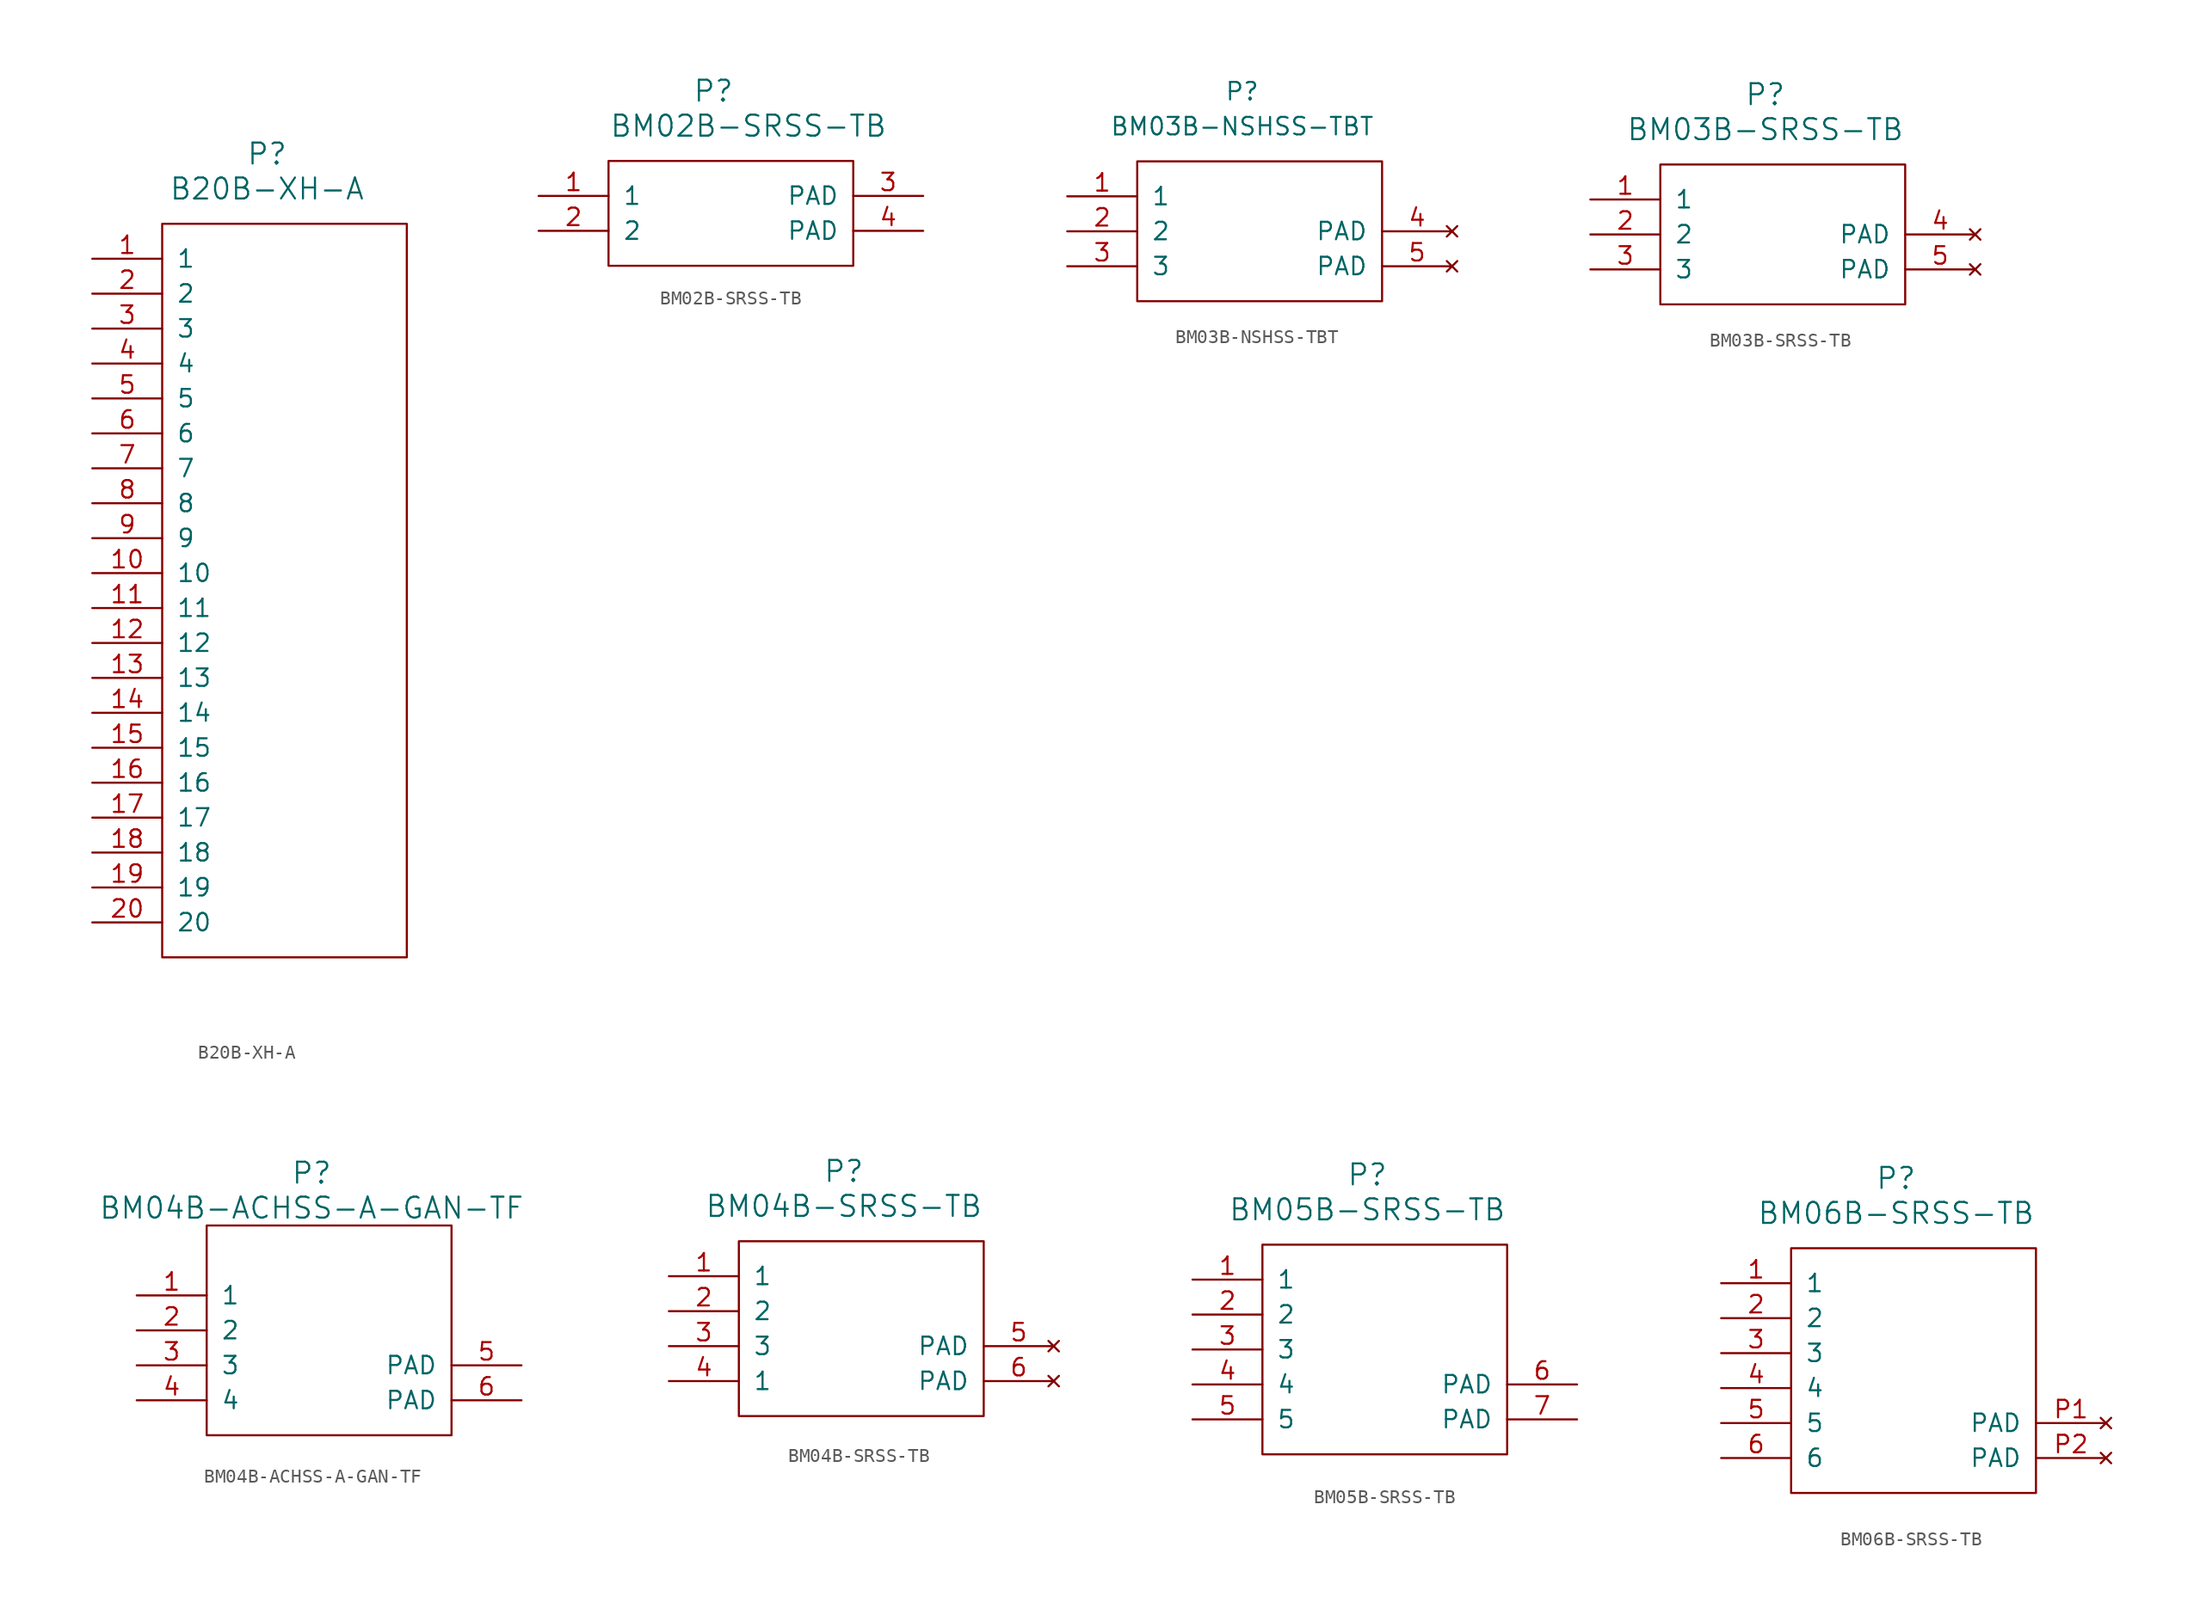
<source format=kicad_sym>
(kicad_symbol_lib
  (version 20220914)
  (generator kicad_symbol_editor)
  (symbol "B20B-XH-A"
    (pin_names
      (offset 1.016))
    (property "Reference" "P"
      (at 7.62 58.42 0)
      (effects (font (size 1.524 1.524))))
    (property "Value" "B20B-XH-A"
      (at 7.62 55.88 0)
      (effects (font (size 1.524 1.524))))
    (symbol "B20B-XH-A_0_1"
      (rectangle (start 0 0) (end 17.78 53.34) (stroke (width 0) (type solid)) (fill (type none))))
    (symbol "B20B-XH-A_1_1"
      (pin passive line (at -5.08 50.8 0) (length 5.08) (name "1" (effects (font (size 1.27 1.27)))) (number "1" (effects (font (size 1.27 1.27)))))
      (pin passive line (at -5.08 27.94 0) (length 5.08) (name "10" (effects (font (size 1.27 1.27)))) (number "10" (effects (font (size 1.27 1.27)))))
      (pin passive line (at -5.08 25.4 0) (length 5.08) (name "11" (effects (font (size 1.27 1.27)))) (number "11" (effects (font (size 1.27 1.27)))))
      (pin passive line (at -5.08 22.86 0) (length 5.08) (name "12" (effects (font (size 1.27 1.27)))) (number "12" (effects (font (size 1.27 1.27)))))
      (pin passive line (at -5.08 20.32 0) (length 5.08) (name "13" (effects (font (size 1.27 1.27)))) (number "13" (effects (font (size 1.27 1.27)))))
      (pin passive line (at -5.08 17.78 0) (length 5.08) (name "14" (effects (font (size 1.27 1.27)))) (number "14" (effects (font (size 1.27 1.27)))))
      (pin passive line (at -5.08 15.24 0) (length 5.08) (name "15" (effects (font (size 1.27 1.27)))) (number "15" (effects (font (size 1.27 1.27)))))
      (pin passive line (at -5.08 12.7 0) (length 5.08) (name "16" (effects (font (size 1.27 1.27)))) (number "16" (effects (font (size 1.27 1.27)))))
      (pin passive line (at -5.08 10.16 0) (length 5.08) (name "17" (effects (font (size 1.27 1.27)))) (number "17" (effects (font (size 1.27 1.27)))))
      (pin passive line (at -5.08 7.62 0) (length 5.08) (name "18" (effects (font (size 1.27 1.27)))) (number "18" (effects (font (size 1.27 1.27)))))
      (pin passive line (at -5.08 5.08 0) (length 5.08) (name "19" (effects (font (size 1.27 1.27)))) (number "19" (effects (font (size 1.27 1.27)))))
      (pin passive line (at -5.08 48.26 0) (length 5.08) (name "2" (effects (font (size 1.27 1.27)))) (number "2" (effects (font (size 1.27 1.27)))))
      (pin passive line (at -5.08 2.54 0) (length 5.08) (name "20" (effects (font (size 1.27 1.27)))) (number "20" (effects (font (size 1.27 1.27)))))
      (pin passive line (at -5.08 45.72 0) (length 5.08) (name "3" (effects (font (size 1.27 1.27)))) (number "3" (effects (font (size 1.27 1.27)))))
      (pin passive line (at -5.08 43.18 0) (length 5.08) (name "4" (effects (font (size 1.27 1.27)))) (number "4" (effects (font (size 1.27 1.27)))))
      (pin passive line (at -5.08 40.64 0) (length 5.08) (name "5" (effects (font (size 1.27 1.27)))) (number "5" (effects (font (size 1.27 1.27)))))
      (pin passive line (at -5.08 38.1 0) (length 5.08) (name "6" (effects (font (size 1.27 1.27)))) (number "6" (effects (font (size 1.27 1.27)))))
      (pin passive line (at -5.08 35.56 0) (length 5.08) (name "7" (effects (font (size 1.27 1.27)))) (number "7" (effects (font (size 1.27 1.27)))))
      (pin passive line (at -5.08 33.02 0) (length 5.08) (name "8" (effects (font (size 1.27 1.27)))) (number "8" (effects (font (size 1.27 1.27)))))
      (pin passive line (at -5.08 30.48 0) (length 5.08) (name "9" (effects (font (size 1.27 1.27)))) (number "9" (effects (font (size 1.27 1.27)))))))
  (symbol "BM02B-SRSS-TB"
    (pin_names
      (offset 1.016))
    (property "Reference" "P"
      (at 7.62 12.7 0)
      (effects (font (size 1.524 1.524))))
    (property "Value" "BM02B-SRSS-TB"
      (at 10.16 10.16 0)
      (effects (font (size 1.524 1.524))))
    (symbol "BM02B-SRSS-TB_0_1"
      (rectangle (start 0 0) (end 17.78 7.62) (stroke (width 0) (type solid)) (fill (type none))))
    (symbol "BM02B-SRSS-TB_1_1"
      (pin passive line (at -5.08 5.08 0) (length 5.08) (name "1" (effects (font (size 1.27 1.27)))) (number "1" (effects (font (size 1.27 1.27)))))
      (pin passive line (at -5.08 2.54 0) (length 5.08) (name "2" (effects (font (size 1.27 1.27)))) (number "2" (effects (font (size 1.27 1.27)))))
      (pin unspecified line (at 22.86 5.08 180) (length 5.08) (name "PAD" (effects (font (size 1.27 1.27)))) (number "3" (effects (font (size 1.27 1.27)))))
      (pin unspecified line (at 22.86 2.54 180) (length 5.08) (name "PAD" (effects (font (size 1.27 1.27)))) (number "4" (effects (font (size 1.27 1.27)))))))
  (symbol "BM03B-NSHSS-TBT"
    (pin_names
      (offset 1.016))
    (property "Reference" "P"
      (at 7.62 15.24 0)
      (effects (font (size 1.27 1.27))))
    (property "Value" "BM03B-NSHSS-TBT"
      (at 7.62 12.7 0)
      (effects (font (size 1.27 1.27))))
    (symbol "BM03B-NSHSS-TBT_0_1"
      (rectangle (start 0 0) (end 17.78 10.16) (stroke (width 0) (type solid)) (fill (type none))))
    (symbol "BM03B-NSHSS-TBT_1_1"
      (pin passive line (at -5.08 7.62 0) (length 5.08) (name "1" (effects (font (size 1.27 1.27)))) (number "1" (effects (font (size 1.27 1.27)))))
      (pin passive line (at -5.08 5.08 0) (length 5.08) (name "2" (effects (font (size 1.27 1.27)))) (number "2" (effects (font (size 1.27 1.27)))))
      (pin passive line (at -5.08 2.54 0) (length 5.08) (name "3" (effects (font (size 1.27 1.27)))) (number "3" (effects (font (size 1.27 1.27)))))
      (pin no_connect line (at 22.86 5.08 180) (length 5.08) (name "PAD" (effects (font (size 1.27 1.27)))) (number "4" (effects (font (size 1.27 1.27)))))
      (pin no_connect line (at 22.86 2.54 180) (length 5.08) (name "PAD" (effects (font (size 1.27 1.27)))) (number "5" (effects (font (size 1.27 1.27)))))))
  (symbol "BM03B-SRSS-TB"
    (pin_names
      (offset 1.016))
    (property "Reference" "P"
      (at 7.62 15.24 0)
      (effects (font (size 1.524 1.524))))
    (property "Value" "BM03B-SRSS-TB"
      (at 7.62 12.7 0)
      (effects (font (size 1.524 1.524))))
    (symbol "BM03B-SRSS-TB_0_1"
      (rectangle (start 0 0) (end 17.78 10.16) (stroke (width 0) (type solid)) (fill (type none))))
    (symbol "BM03B-SRSS-TB_1_1"
      (pin passive line (at -5.08 7.62 0) (length 5.08) (name "1" (effects (font (size 1.27 1.27)))) (number "1" (effects (font (size 1.27 1.27)))))
      (pin passive line (at -5.08 5.08 0) (length 5.08) (name "2" (effects (font (size 1.27 1.27)))) (number "2" (effects (font (size 1.27 1.27)))))
      (pin passive line (at -5.08 2.54 0) (length 5.08) (name "3" (effects (font (size 1.27 1.27)))) (number "3" (effects (font (size 1.27 1.27)))))
      (pin no_connect line (at 22.86 5.08 180) (length 5.08) (name "PAD" (effects (font (size 1.27 1.27)))) (number "4" (effects (font (size 1.27 1.27)))))
      (pin no_connect line (at 22.86 2.54 180) (length 5.08) (name "PAD" (effects (font (size 1.27 1.27)))) (number "5" (effects (font (size 1.27 1.27)))))))
  (symbol "BM04B-ACHSS-A-GAN-TF"
    (pin_names
      (offset 1.016))
    (property "Reference" "P"
      (at 7.62 19.05 0)
      (effects (font (size 1.524 1.524))))
    (property "Value" "BM04B-ACHSS-A-GAN-TF"
      (at 7.62 16.51 0)
      (effects (font (size 1.524 1.524))))
    (symbol "BM04B-ACHSS-A-GAN-TF_0_1"
      (rectangle (start 0 0) (end 17.78 15.24) (stroke (width 0) (type solid)) (fill (type none))))
    (symbol "BM04B-ACHSS-A-GAN-TF_1_1"
      (pin passive line (at -5.08 10.16 0) (length 5.08) (name "1" (effects (font (size 1.27 1.27)))) (number "1" (effects (font (size 1.27 1.27)))))
      (pin passive line (at -5.08 7.62 0) (length 5.08) (name "2" (effects (font (size 1.27 1.27)))) (number "2" (effects (font (size 1.27 1.27)))))
      (pin passive line (at -5.08 5.08 0) (length 5.08) (name "3" (effects (font (size 1.27 1.27)))) (number "3" (effects (font (size 1.27 1.27)))))
      (pin passive line (at -5.08 2.54 0) (length 5.08) (name "4" (effects (font (size 1.27 1.27)))) (number "4" (effects (font (size 1.27 1.27)))))
      (pin unspecified line (at 22.86 5.08 180) (length 5.08) (name "PAD" (effects (font (size 1.27 1.27)))) (number "5" (effects (font (size 1.27 1.27)))))
      (pin unspecified line (at 22.86 2.54 180) (length 5.08) (name "PAD" (effects (font (size 1.27 1.27)))) (number "6" (effects (font (size 1.27 1.27)))))))
  (symbol "BM04B-SRSS-TB"
    (pin_names
      (offset 1.016))
    (property "Reference" "P"
      (at 7.62 17.78 0)
      (effects (font (size 1.524 1.524))))
    (property "Value" "BM04B-SRSS-TB"
      (at 7.62 15.24 0)
      (effects (font (size 1.524 1.524))))
    (symbol "BM04B-SRSS-TB_0_1"
      (rectangle (start 0 0) (end 17.78 12.7) (stroke (width 0) (type solid)) (fill (type none))))
    (symbol "BM04B-SRSS-TB_1_1"
      (pin passive line (at -5.08 10.16 0) (length 5.08) (name "1" (effects (font (size 1.27 1.27)))) (number "1" (effects (font (size 1.27 1.27)))))
      (pin passive line (at -5.08 7.62 0) (length 5.08) (name "2" (effects (font (size 1.27 1.27)))) (number "2" (effects (font (size 1.27 1.27)))))
      (pin passive line (at -5.08 5.08 0) (length 5.08) (name "3" (effects (font (size 1.27 1.27)))) (number "3" (effects (font (size 1.27 1.27)))))
      (pin passive line (at -5.08 2.54 0) (length 5.08) (name "1" (effects (font (size 1.27 1.27)))) (number "4" (effects (font (size 1.27 1.27)))))
      (pin no_connect line (at 22.86 5.08 180) (length 5.08) (name "PAD" (effects (font (size 1.27 1.27)))) (number "5" (effects (font (size 1.27 1.27)))))
      (pin no_connect line (at 22.86 2.54 180) (length 5.08) (name "PAD" (effects (font (size 1.27 1.27)))) (number "6" (effects (font (size 1.27 1.27)))))))
  (symbol "BM05B-SRSS-TB"
    (pin_names
      (offset 1.016))
    (property "Reference" "P"
      (at 7.62 20.32 0)
      (effects (font (size 1.524 1.524))))
    (property "Value" "BM05B-SRSS-TB"
      (at 7.62 17.78 0)
      (effects (font (size 1.524 1.524))))
    (symbol "BM05B-SRSS-TB_0_1"
      (rectangle (start 0 0) (end 17.78 15.24) (stroke (width 0) (type solid)) (fill (type none))))
    (symbol "BM05B-SRSS-TB_1_1"
      (pin passive line (at -5.08 12.7 0) (length 5.08) (name "1" (effects (font (size 1.27 1.27)))) (number "1" (effects (font (size 1.27 1.27)))))
      (pin passive line (at -5.08 10.16 0) (length 5.08) (name "2" (effects (font (size 1.27 1.27)))) (number "2" (effects (font (size 1.27 1.27)))))
      (pin passive line (at -5.08 7.62 0) (length 5.08) (name "3" (effects (font (size 1.27 1.27)))) (number "3" (effects (font (size 1.27 1.27)))))
      (pin passive line (at -5.08 5.08 0) (length 5.08) (name "4" (effects (font (size 1.27 1.27)))) (number "4" (effects (font (size 1.27 1.27)))))
      (pin passive line (at -5.08 2.54 0) (length 5.08) (name "5" (effects (font (size 1.27 1.27)))) (number "5" (effects (font (size 1.27 1.27)))))
      (pin unspecified line (at 22.86 5.08 180) (length 5.08) (name "PAD" (effects (font (size 1.27 1.27)))) (number "6" (effects (font (size 1.27 1.27)))))
      (pin unspecified line (at 22.86 2.54 180) (length 5.08) (name "PAD" (effects (font (size 1.27 1.27)))) (number "7" (effects (font (size 1.27 1.27)))))))
  (symbol "BM06B-SRSS-TB"
    (pin_names
      (offset 1.016))
    (property "Reference" "P"
      (at 7.62 22.86 0)
      (effects (font (size 1.524 1.524))))
    (property "Value" "BM06B-SRSS-TB"
      (at 7.62 20.32 0)
      (effects (font (size 1.524 1.524))))
    (symbol "BM06B-SRSS-TB_0_1"
      (rectangle (start 0 0) (end 17.78 17.78) (stroke (width 0) (type solid)) (fill (type none))))
    (symbol "BM06B-SRSS-TB_1_1"
      (pin passive line (at -5.08 15.24 0) (length 5.08) (name "1" (effects (font (size 1.27 1.27)))) (number "1" (effects (font (size 1.27 1.27)))))
      (pin passive line (at -5.08 12.7 0) (length 5.08) (name "2" (effects (font (size 1.27 1.27)))) (number "2" (effects (font (size 1.27 1.27)))))
      (pin passive line (at -5.08 10.16 0) (length 5.08) (name "3" (effects (font (size 1.27 1.27)))) (number "3" (effects (font (size 1.27 1.27)))))
      (pin passive line (at -5.08 7.62 0) (length 5.08) (name "4" (effects (font (size 1.27 1.27)))) (number "4" (effects (font (size 1.27 1.27)))))
      (pin passive line (at -5.08 5.08 0) (length 5.08) (name "5" (effects (font (size 1.27 1.27)))) (number "5" (effects (font (size 1.27 1.27)))))
      (pin passive line (at -5.08 2.54 0) (length 5.08) (name "6" (effects (font (size 1.27 1.27)))) (number "6" (effects (font (size 1.27 1.27)))))
      (pin no_connect line (at 22.86 5.08 180) (length 5.08) (name "PAD" (effects (font (size 1.27 1.27)))) (number "P1" (effects (font (size 1.27 1.27)))))
      (pin no_connect line (at 22.86 2.54 180) (length 5.08) (name "PAD" (effects (font (size 1.27 1.27)))) (number "P2" (effects (font (size 1.27 1.27))))))))
</source>
